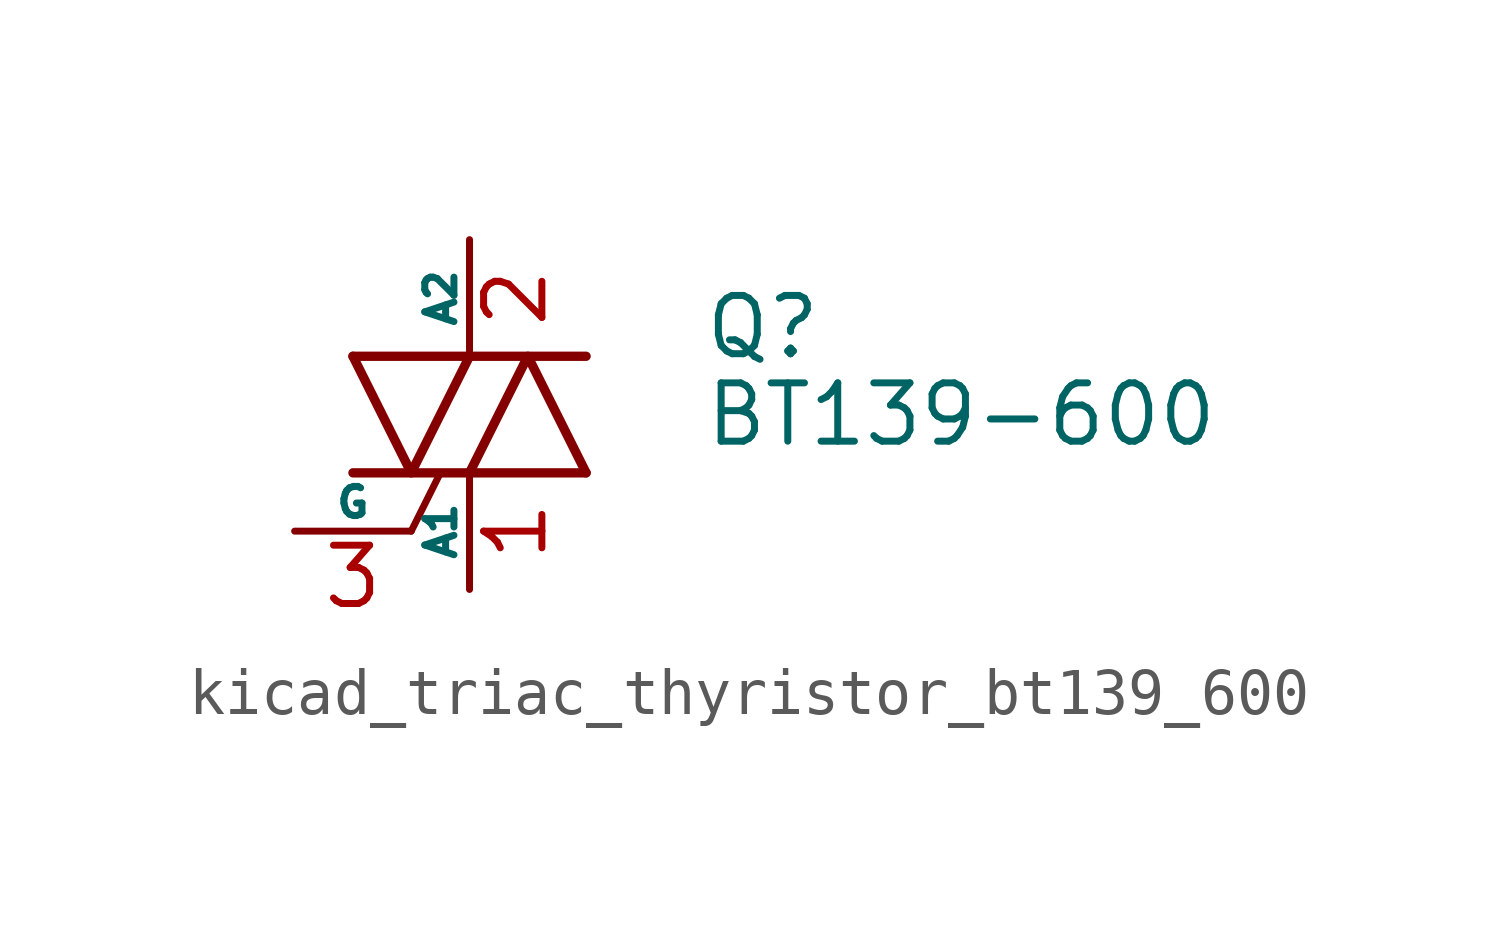
<source format=kicad_sym>
(kicad_symbol_lib
  (version 20220914)
  (generator kicad_symbol_editor)
  (symbol "kicad_triac_thyristor_bt139_600"
    (pin_names
      (offset 0))
    (property "Reference" "Q"
      (at 5.08 1.905 0)
      (effects (font (size 1.27 1.27)) (justify left)))
    (property "Value" "BT139-600"
      (at 5.08 0 0)
      (effects (font (size 1.27 1.27)) (justify left)))
    (symbol "kicad_triac_thyristor_bt139_600_0_1"
      (polyline (pts (xy -2.54 -1.27) (xy 2.54 -1.27)) (stroke (width 0.203) (type default)) (fill (type none)))
      (polyline (pts (xy -2.54 1.27) (xy 2.54 1.27)) (stroke (width 0.203) (type default)) (fill (type none)))
      (polyline (pts (xy -1.27 -2.54) (xy -0.635 -1.27)) (stroke (width 0) (type default)) (fill (type none)))
      (polyline (pts (xy -2.54 1.27) (xy -1.27 -1.27) (xy 0 1.27)) (stroke (width 0.203) (type default)) (fill (type none)))
      (polyline (pts (xy 0 -1.27) (xy 1.27 1.27) (xy 2.54 -1.27)) (stroke (width 0.203) (type default)) (fill (type none))))
    (symbol "kicad_triac_thyristor_bt139_600_1_1"
      (pin passive line (at 0 -3.81 90) (length 2.54) (name "A1" (effects (font (size 0.635 0.635)))) (number "1" (effects (font (size 1.27 1.27)))))
      (pin passive line (at 0 3.81 270) (length 2.54) (name "A2" (effects (font (size 0.635 0.635)))) (number "2" (effects (font (size 1.27 1.27)))))
      (pin input line (at -3.81 -2.54 0) (length 2.54) (name "G" (effects (font (size 0.635 0.635)))) (number "3" (effects (font (size 1.27 1.27))))))))
</source>
